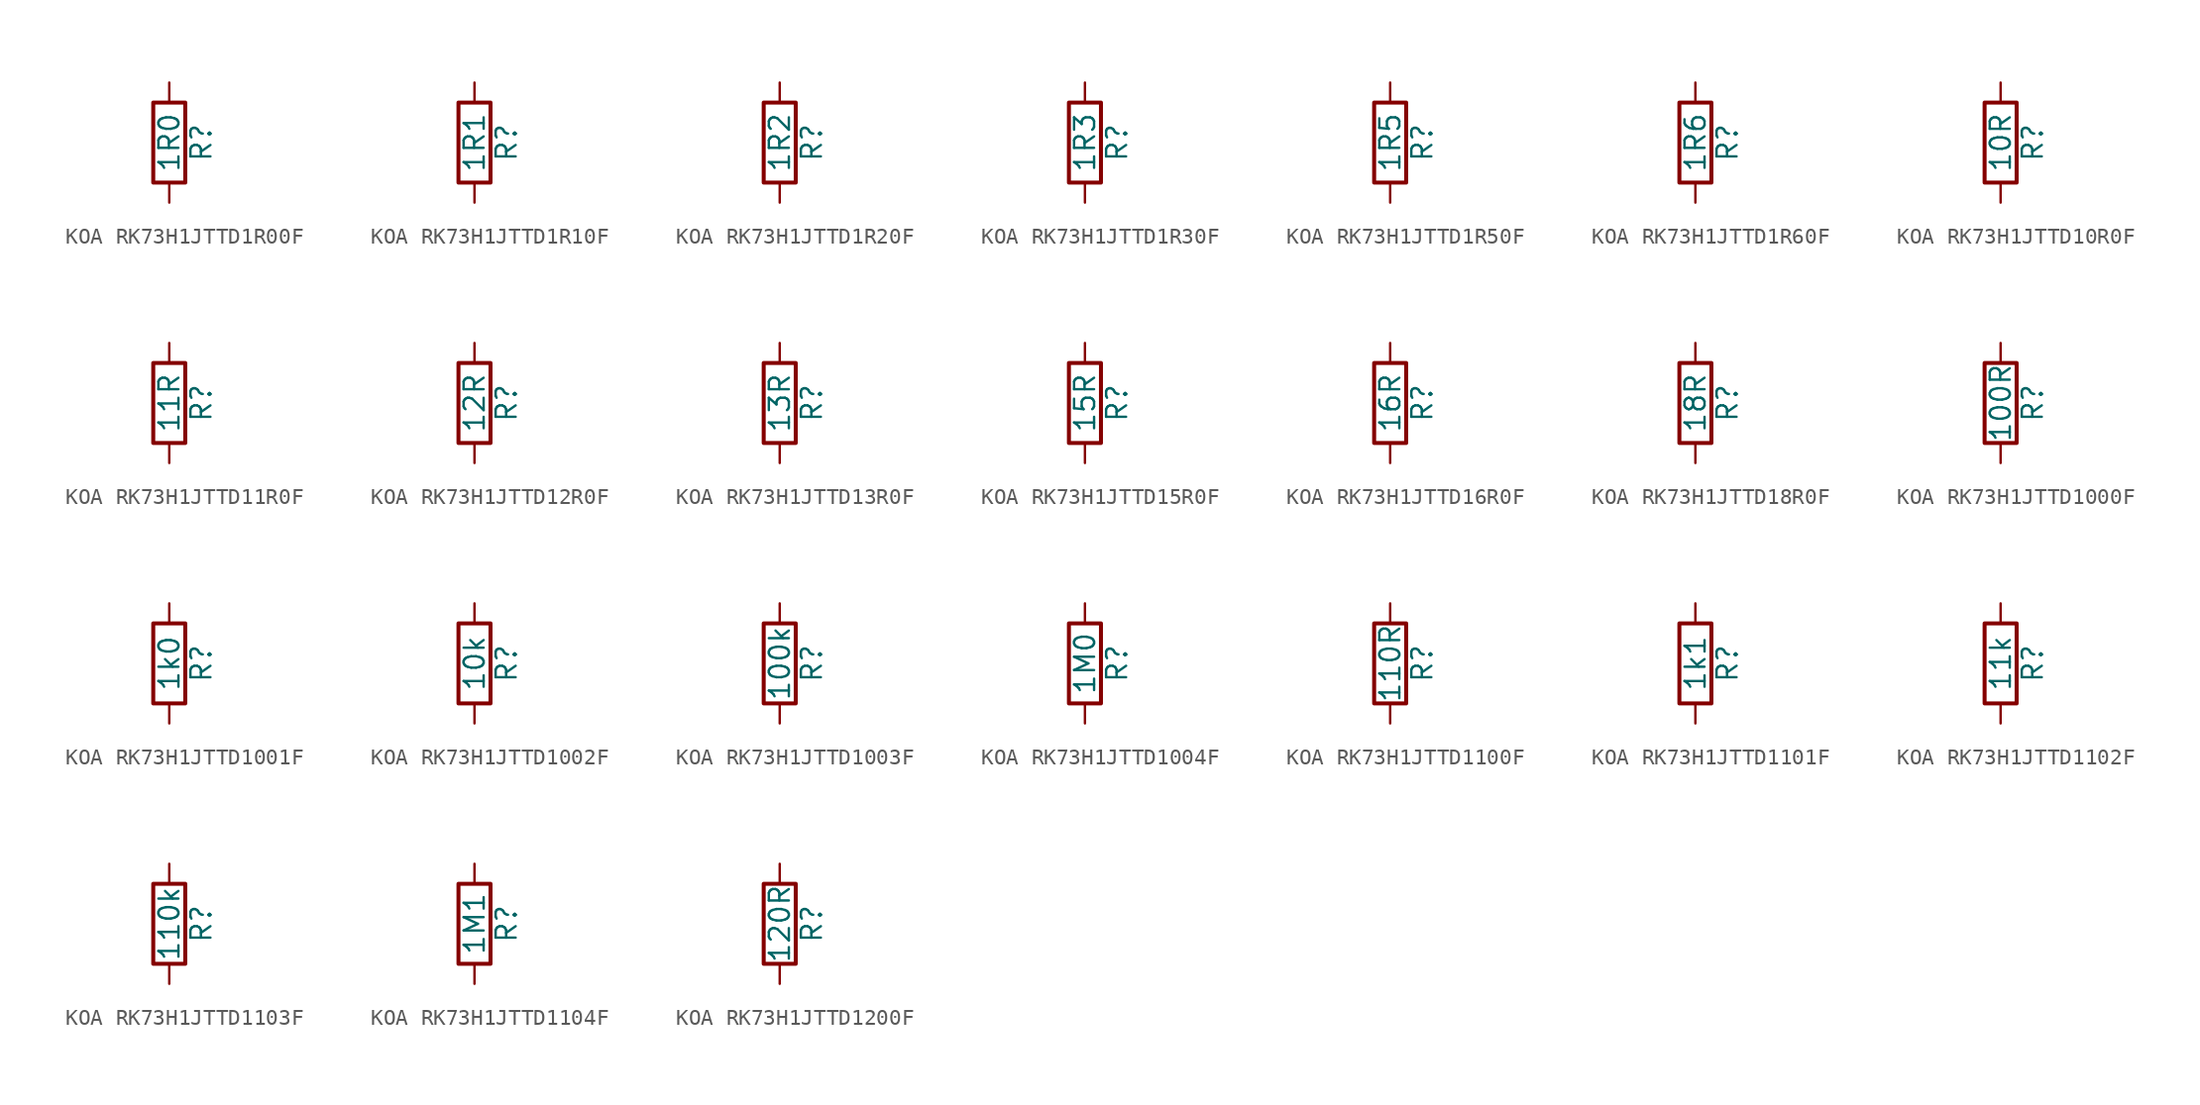
<source format=kicad_sym>
(kicad_symbol_lib
  (version 20220914)
  (generator kicad_symbol_editor)
  (symbol "KOA RK73H1JTTD1R00F"
    (pin_numbers hide)
    (pin_names
      (offset 0))
    (property "Reference" "R"
      (at 2.032 0 90)
      (effects (font (size 1.27 1.27))))
    (property "Value" "1R0"
      (at 0 0 90)
      (effects (font (size 1.27 1.27))))
    (symbol "KOA RK73H1JTTD1R00F_0_1"
      (rectangle (start -1.016 -2.54) (end 1.016 2.54) (stroke (width 0.254) (type default)) (fill (type none))))
    (symbol "KOA RK73H1JTTD1R00F_1_1"
      (pin passive line (at 0 3.81 270) (length 1.27) (name "~" (effects (font (size 1.27 1.27)))) (number "1" (effects (font (size 1.27 1.27)))))
      (pin passive line (at 0 -3.81 90) (length 1.27) (name "~" (effects (font (size 1.27 1.27)))) (number "2" (effects (font (size 1.27 1.27)))))))
  (symbol "KOA RK73H1JTTD1R10F"
    (pin_numbers hide)
    (pin_names
      (offset 0))
    (property "Reference" "R"
      (at 2.032 0 90)
      (effects (font (size 1.27 1.27))))
    (property "Value" "1R1"
      (at 0 0 90)
      (effects (font (size 1.27 1.27))))
    (symbol "KOA RK73H1JTTD1R10F_0_1"
      (rectangle (start -1.016 -2.54) (end 1.016 2.54) (stroke (width 0.254) (type default)) (fill (type none))))
    (symbol "KOA RK73H1JTTD1R10F_1_1"
      (pin passive line (at 0 3.81 270) (length 1.27) (name "~" (effects (font (size 1.27 1.27)))) (number "1" (effects (font (size 1.27 1.27)))))
      (pin passive line (at 0 -3.81 90) (length 1.27) (name "~" (effects (font (size 1.27 1.27)))) (number "2" (effects (font (size 1.27 1.27)))))))
  (symbol "KOA RK73H1JTTD1R20F"
    (pin_numbers hide)
    (pin_names
      (offset 0))
    (property "Reference" "R"
      (at 2.032 0 90)
      (effects (font (size 1.27 1.27))))
    (property "Value" "1R2"
      (at 0 0 90)
      (effects (font (size 1.27 1.27))))
    (symbol "KOA RK73H1JTTD1R20F_0_1"
      (rectangle (start -1.016 -2.54) (end 1.016 2.54) (stroke (width 0.254) (type default)) (fill (type none))))
    (symbol "KOA RK73H1JTTD1R20F_1_1"
      (pin passive line (at 0 3.81 270) (length 1.27) (name "~" (effects (font (size 1.27 1.27)))) (number "1" (effects (font (size 1.27 1.27)))))
      (pin passive line (at 0 -3.81 90) (length 1.27) (name "~" (effects (font (size 1.27 1.27)))) (number "2" (effects (font (size 1.27 1.27)))))))
  (symbol "KOA RK73H1JTTD1R30F"
    (pin_numbers hide)
    (pin_names
      (offset 0))
    (property "Reference" "R"
      (at 2.032 0 90)
      (effects (font (size 1.27 1.27))))
    (property "Value" "1R3"
      (at 0 0 90)
      (effects (font (size 1.27 1.27))))
    (symbol "KOA RK73H1JTTD1R30F_0_1"
      (rectangle (start -1.016 -2.54) (end 1.016 2.54) (stroke (width 0.254) (type default)) (fill (type none))))
    (symbol "KOA RK73H1JTTD1R30F_1_1"
      (pin passive line (at 0 3.81 270) (length 1.27) (name "~" (effects (font (size 1.27 1.27)))) (number "1" (effects (font (size 1.27 1.27)))))
      (pin passive line (at 0 -3.81 90) (length 1.27) (name "~" (effects (font (size 1.27 1.27)))) (number "2" (effects (font (size 1.27 1.27)))))))
  (symbol "KOA RK73H1JTTD1R50F"
    (pin_numbers hide)
    (pin_names
      (offset 0))
    (property "Reference" "R"
      (at 2.032 0 90)
      (effects (font (size 1.27 1.27))))
    (property "Value" "1R5"
      (at 0 0 90)
      (effects (font (size 1.27 1.27))))
    (symbol "KOA RK73H1JTTD1R50F_0_1"
      (rectangle (start -1.016 -2.54) (end 1.016 2.54) (stroke (width 0.254) (type default)) (fill (type none))))
    (symbol "KOA RK73H1JTTD1R50F_1_1"
      (pin passive line (at 0 3.81 270) (length 1.27) (name "~" (effects (font (size 1.27 1.27)))) (number "1" (effects (font (size 1.27 1.27)))))
      (pin passive line (at 0 -3.81 90) (length 1.27) (name "~" (effects (font (size 1.27 1.27)))) (number "2" (effects (font (size 1.27 1.27)))))))
  (symbol "KOA RK73H1JTTD1R60F"
    (pin_numbers hide)
    (pin_names
      (offset 0))
    (property "Reference" "R"
      (at 2.032 0 90)
      (effects (font (size 1.27 1.27))))
    (property "Value" "1R6"
      (at 0 0 90)
      (effects (font (size 1.27 1.27))))
    (symbol "KOA RK73H1JTTD1R60F_0_1"
      (rectangle (start -1.016 -2.54) (end 1.016 2.54) (stroke (width 0.254) (type default)) (fill (type none))))
    (symbol "KOA RK73H1JTTD1R60F_1_1"
      (pin passive line (at 0 3.81 270) (length 1.27) (name "~" (effects (font (size 1.27 1.27)))) (number "1" (effects (font (size 1.27 1.27)))))
      (pin passive line (at 0 -3.81 90) (length 1.27) (name "~" (effects (font (size 1.27 1.27)))) (number "2" (effects (font (size 1.27 1.27)))))))
  (symbol "KOA RK73H1JTTD10R0F"
    (pin_numbers hide)
    (pin_names
      (offset 0))
    (property "Reference" "R"
      (at 2.032 0 90)
      (effects (font (size 1.27 1.27))))
    (property "Value" "10R"
      (at 0 0 90)
      (effects (font (size 1.27 1.27))))
    (symbol "KOA RK73H1JTTD10R0F_0_1"
      (rectangle (start -1.016 -2.54) (end 1.016 2.54) (stroke (width 0.254) (type default)) (fill (type none))))
    (symbol "KOA RK73H1JTTD10R0F_1_1"
      (pin passive line (at 0 3.81 270) (length 1.27) (name "~" (effects (font (size 1.27 1.27)))) (number "1" (effects (font (size 1.27 1.27)))))
      (pin passive line (at 0 -3.81 90) (length 1.27) (name "~" (effects (font (size 1.27 1.27)))) (number "2" (effects (font (size 1.27 1.27)))))))
  (symbol "KOA RK73H1JTTD11R0F"
    (pin_numbers hide)
    (pin_names
      (offset 0))
    (property "Reference" "R"
      (at 2.032 0 90)
      (effects (font (size 1.27 1.27))))
    (property "Value" "11R"
      (at 0 0 90)
      (effects (font (size 1.27 1.27))))
    (symbol "KOA RK73H1JTTD11R0F_0_1"
      (rectangle (start -1.016 -2.54) (end 1.016 2.54) (stroke (width 0.254) (type default)) (fill (type none))))
    (symbol "KOA RK73H1JTTD11R0F_1_1"
      (pin passive line (at 0 3.81 270) (length 1.27) (name "~" (effects (font (size 1.27 1.27)))) (number "1" (effects (font (size 1.27 1.27)))))
      (pin passive line (at 0 -3.81 90) (length 1.27) (name "~" (effects (font (size 1.27 1.27)))) (number "2" (effects (font (size 1.27 1.27)))))))
  (symbol "KOA RK73H1JTTD12R0F"
    (pin_numbers hide)
    (pin_names
      (offset 0))
    (property "Reference" "R"
      (at 2.032 0 90)
      (effects (font (size 1.27 1.27))))
    (property "Value" "12R"
      (at 0 0 90)
      (effects (font (size 1.27 1.27))))
    (symbol "KOA RK73H1JTTD12R0F_0_1"
      (rectangle (start -1.016 -2.54) (end 1.016 2.54) (stroke (width 0.254) (type default)) (fill (type none))))
    (symbol "KOA RK73H1JTTD12R0F_1_1"
      (pin passive line (at 0 3.81 270) (length 1.27) (name "~" (effects (font (size 1.27 1.27)))) (number "1" (effects (font (size 1.27 1.27)))))
      (pin passive line (at 0 -3.81 90) (length 1.27) (name "~" (effects (font (size 1.27 1.27)))) (number "2" (effects (font (size 1.27 1.27)))))))
  (symbol "KOA RK73H1JTTD13R0F"
    (pin_numbers hide)
    (pin_names
      (offset 0))
    (property "Reference" "R"
      (at 2.032 0 90)
      (effects (font (size 1.27 1.27))))
    (property "Value" "13R"
      (at 0 0 90)
      (effects (font (size 1.27 1.27))))
    (symbol "KOA RK73H1JTTD13R0F_0_1"
      (rectangle (start -1.016 -2.54) (end 1.016 2.54) (stroke (width 0.254) (type default)) (fill (type none))))
    (symbol "KOA RK73H1JTTD13R0F_1_1"
      (pin passive line (at 0 3.81 270) (length 1.27) (name "~" (effects (font (size 1.27 1.27)))) (number "1" (effects (font (size 1.27 1.27)))))
      (pin passive line (at 0 -3.81 90) (length 1.27) (name "~" (effects (font (size 1.27 1.27)))) (number "2" (effects (font (size 1.27 1.27)))))))
  (symbol "KOA RK73H1JTTD15R0F"
    (pin_numbers hide)
    (pin_names
      (offset 0))
    (property "Reference" "R"
      (at 2.032 0 90)
      (effects (font (size 1.27 1.27))))
    (property "Value" "15R"
      (at 0 0 90)
      (effects (font (size 1.27 1.27))))
    (symbol "KOA RK73H1JTTD15R0F_0_1"
      (rectangle (start -1.016 -2.54) (end 1.016 2.54) (stroke (width 0.254) (type default)) (fill (type none))))
    (symbol "KOA RK73H1JTTD15R0F_1_1"
      (pin passive line (at 0 3.81 270) (length 1.27) (name "~" (effects (font (size 1.27 1.27)))) (number "1" (effects (font (size 1.27 1.27)))))
      (pin passive line (at 0 -3.81 90) (length 1.27) (name "~" (effects (font (size 1.27 1.27)))) (number "2" (effects (font (size 1.27 1.27)))))))
  (symbol "KOA RK73H1JTTD16R0F"
    (pin_numbers hide)
    (pin_names
      (offset 0))
    (property "Reference" "R"
      (at 2.032 0 90)
      (effects (font (size 1.27 1.27))))
    (property "Value" "16R"
      (at 0 0 90)
      (effects (font (size 1.27 1.27))))
    (symbol "KOA RK73H1JTTD16R0F_0_1"
      (rectangle (start -1.016 -2.54) (end 1.016 2.54) (stroke (width 0.254) (type default)) (fill (type none))))
    (symbol "KOA RK73H1JTTD16R0F_1_1"
      (pin passive line (at 0 3.81 270) (length 1.27) (name "~" (effects (font (size 1.27 1.27)))) (number "1" (effects (font (size 1.27 1.27)))))
      (pin passive line (at 0 -3.81 90) (length 1.27) (name "~" (effects (font (size 1.27 1.27)))) (number "2" (effects (font (size 1.27 1.27)))))))
  (symbol "KOA RK73H1JTTD18R0F"
    (pin_numbers hide)
    (pin_names
      (offset 0))
    (property "Reference" "R"
      (at 2.032 0 90)
      (effects (font (size 1.27 1.27))))
    (property "Value" "18R"
      (at 0 0 90)
      (effects (font (size 1.27 1.27))))
    (symbol "KOA RK73H1JTTD18R0F_0_1"
      (rectangle (start -1.016 -2.54) (end 1.016 2.54) (stroke (width 0.254) (type default)) (fill (type none))))
    (symbol "KOA RK73H1JTTD18R0F_1_1"
      (pin passive line (at 0 3.81 270) (length 1.27) (name "~" (effects (font (size 1.27 1.27)))) (number "1" (effects (font (size 1.27 1.27)))))
      (pin passive line (at 0 -3.81 90) (length 1.27) (name "~" (effects (font (size 1.27 1.27)))) (number "2" (effects (font (size 1.27 1.27)))))))
  (symbol "KOA RK73H1JTTD1000F"
    (pin_numbers hide)
    (pin_names
      (offset 0))
    (property "Reference" "R"
      (at 2.032 0 90)
      (effects (font (size 1.27 1.27))))
    (property "Value" "100R"
      (at 0 0 90)
      (effects (font (size 1.27 1.27))))
    (symbol "KOA RK73H1JTTD1000F_0_1"
      (rectangle (start -1.016 -2.54) (end 1.016 2.54) (stroke (width 0.254) (type default)) (fill (type none))))
    (symbol "KOA RK73H1JTTD1000F_1_1"
      (pin passive line (at 0 3.81 270) (length 1.27) (name "~" (effects (font (size 1.27 1.27)))) (number "1" (effects (font (size 1.27 1.27)))))
      (pin passive line (at 0 -3.81 90) (length 1.27) (name "~" (effects (font (size 1.27 1.27)))) (number "2" (effects (font (size 1.27 1.27)))))))
  (symbol "KOA RK73H1JTTD1001F"
    (pin_numbers hide)
    (pin_names
      (offset 0))
    (property "Reference" "R"
      (at 2.032 0 90)
      (effects (font (size 1.27 1.27))))
    (property "Value" "1k0"
      (at 0 0 90)
      (effects (font (size 1.27 1.27))))
    (symbol "KOA RK73H1JTTD1001F_0_1"
      (rectangle (start -1.016 -2.54) (end 1.016 2.54) (stroke (width 0.254) (type default)) (fill (type none))))
    (symbol "KOA RK73H1JTTD1001F_1_1"
      (pin passive line (at 0 3.81 270) (length 1.27) (name "~" (effects (font (size 1.27 1.27)))) (number "1" (effects (font (size 1.27 1.27)))))
      (pin passive line (at 0 -3.81 90) (length 1.27) (name "~" (effects (font (size 1.27 1.27)))) (number "2" (effects (font (size 1.27 1.27)))))))
  (symbol "KOA RK73H1JTTD1002F"
    (pin_numbers hide)
    (pin_names
      (offset 0))
    (property "Reference" "R"
      (at 2.032 0 90)
      (effects (font (size 1.27 1.27))))
    (property "Value" "10k"
      (at 0 0 90)
      (effects (font (size 1.27 1.27))))
    (symbol "KOA RK73H1JTTD1002F_0_1"
      (rectangle (start -1.016 -2.54) (end 1.016 2.54) (stroke (width 0.254) (type default)) (fill (type none))))
    (symbol "KOA RK73H1JTTD1002F_1_1"
      (pin passive line (at 0 3.81 270) (length 1.27) (name "~" (effects (font (size 1.27 1.27)))) (number "1" (effects (font (size 1.27 1.27)))))
      (pin passive line (at 0 -3.81 90) (length 1.27) (name "~" (effects (font (size 1.27 1.27)))) (number "2" (effects (font (size 1.27 1.27)))))))
  (symbol "KOA RK73H1JTTD1003F"
    (pin_numbers hide)
    (pin_names
      (offset 0))
    (property "Reference" "R"
      (at 2.032 0 90)
      (effects (font (size 1.27 1.27))))
    (property "Value" "100k"
      (at 0 0 90)
      (effects (font (size 1.27 1.27))))
    (symbol "KOA RK73H1JTTD1003F_0_1"
      (rectangle (start -1.016 -2.54) (end 1.016 2.54) (stroke (width 0.254) (type default)) (fill (type none))))
    (symbol "KOA RK73H1JTTD1003F_1_1"
      (pin passive line (at 0 3.81 270) (length 1.27) (name "~" (effects (font (size 1.27 1.27)))) (number "1" (effects (font (size 1.27 1.27)))))
      (pin passive line (at 0 -3.81 90) (length 1.27) (name "~" (effects (font (size 1.27 1.27)))) (number "2" (effects (font (size 1.27 1.27)))))))
  (symbol "KOA RK73H1JTTD1004F"
    (pin_numbers hide)
    (pin_names
      (offset 0))
    (property "Reference" "R"
      (at 2.032 0 90)
      (effects (font (size 1.27 1.27))))
    (property "Value" "1M0"
      (at 0 0 90)
      (effects (font (size 1.27 1.27))))
    (symbol "KOA RK73H1JTTD1004F_0_1"
      (rectangle (start -1.016 -2.54) (end 1.016 2.54) (stroke (width 0.254) (type default)) (fill (type none))))
    (symbol "KOA RK73H1JTTD1004F_1_1"
      (pin passive line (at 0 3.81 270) (length 1.27) (name "~" (effects (font (size 1.27 1.27)))) (number "1" (effects (font (size 1.27 1.27)))))
      (pin passive line (at 0 -3.81 90) (length 1.27) (name "~" (effects (font (size 1.27 1.27)))) (number "2" (effects (font (size 1.27 1.27)))))))
  (symbol "KOA RK73H1JTTD1100F"
    (pin_numbers hide)
    (pin_names
      (offset 0))
    (property "Reference" "R"
      (at 2.032 0 90)
      (effects (font (size 1.27 1.27))))
    (property "Value" "110R"
      (at 0 0 90)
      (effects (font (size 1.27 1.27))))
    (symbol "KOA RK73H1JTTD1100F_0_1"
      (rectangle (start -1.016 -2.54) (end 1.016 2.54) (stroke (width 0.254) (type default)) (fill (type none))))
    (symbol "KOA RK73H1JTTD1100F_1_1"
      (pin passive line (at 0 3.81 270) (length 1.27) (name "~" (effects (font (size 1.27 1.27)))) (number "1" (effects (font (size 1.27 1.27)))))
      (pin passive line (at 0 -3.81 90) (length 1.27) (name "~" (effects (font (size 1.27 1.27)))) (number "2" (effects (font (size 1.27 1.27)))))))
  (symbol "KOA RK73H1JTTD1101F"
    (pin_numbers hide)
    (pin_names
      (offset 0))
    (property "Reference" "R"
      (at 2.032 0 90)
      (effects (font (size 1.27 1.27))))
    (property "Value" "1k1"
      (at 0 0 90)
      (effects (font (size 1.27 1.27))))
    (symbol "KOA RK73H1JTTD1101F_0_1"
      (rectangle (start -1.016 -2.54) (end 1.016 2.54) (stroke (width 0.254) (type default)) (fill (type none))))
    (symbol "KOA RK73H1JTTD1101F_1_1"
      (pin passive line (at 0 3.81 270) (length 1.27) (name "~" (effects (font (size 1.27 1.27)))) (number "1" (effects (font (size 1.27 1.27)))))
      (pin passive line (at 0 -3.81 90) (length 1.27) (name "~" (effects (font (size 1.27 1.27)))) (number "2" (effects (font (size 1.27 1.27)))))))
  (symbol "KOA RK73H1JTTD1102F"
    (pin_numbers hide)
    (pin_names
      (offset 0))
    (property "Reference" "R"
      (at 2.032 0 90)
      (effects (font (size 1.27 1.27))))
    (property "Value" "11k"
      (at 0 0 90)
      (effects (font (size 1.27 1.27))))
    (symbol "KOA RK73H1JTTD1102F_0_1"
      (rectangle (start -1.016 -2.54) (end 1.016 2.54) (stroke (width 0.254) (type default)) (fill (type none))))
    (symbol "KOA RK73H1JTTD1102F_1_1"
      (pin passive line (at 0 3.81 270) (length 1.27) (name "~" (effects (font (size 1.27 1.27)))) (number "1" (effects (font (size 1.27 1.27)))))
      (pin passive line (at 0 -3.81 90) (length 1.27) (name "~" (effects (font (size 1.27 1.27)))) (number "2" (effects (font (size 1.27 1.27)))))))
  (symbol "KOA RK73H1JTTD1103F"
    (pin_numbers hide)
    (pin_names
      (offset 0))
    (property "Reference" "R"
      (at 2.032 0 90)
      (effects (font (size 1.27 1.27))))
    (property "Value" "110k"
      (at 0 0 90)
      (effects (font (size 1.27 1.27))))
    (symbol "KOA RK73H1JTTD1103F_0_1"
      (rectangle (start -1.016 -2.54) (end 1.016 2.54) (stroke (width 0.254) (type default)) (fill (type none))))
    (symbol "KOA RK73H1JTTD1103F_1_1"
      (pin passive line (at 0 3.81 270) (length 1.27) (name "~" (effects (font (size 1.27 1.27)))) (number "1" (effects (font (size 1.27 1.27)))))
      (pin passive line (at 0 -3.81 90) (length 1.27) (name "~" (effects (font (size 1.27 1.27)))) (number "2" (effects (font (size 1.27 1.27)))))))
  (symbol "KOA RK73H1JTTD1104F"
    (pin_numbers hide)
    (pin_names
      (offset 0))
    (property "Reference" "R"
      (at 2.032 0 90)
      (effects (font (size 1.27 1.27))))
    (property "Value" "1M1"
      (at 0 0 90)
      (effects (font (size 1.27 1.27))))
    (symbol "KOA RK73H1JTTD1104F_0_1"
      (rectangle (start -1.016 -2.54) (end 1.016 2.54) (stroke (width 0.254) (type default)) (fill (type none))))
    (symbol "KOA RK73H1JTTD1104F_1_1"
      (pin passive line (at 0 3.81 270) (length 1.27) (name "~" (effects (font (size 1.27 1.27)))) (number "1" (effects (font (size 1.27 1.27)))))
      (pin passive line (at 0 -3.81 90) (length 1.27) (name "~" (effects (font (size 1.27 1.27)))) (number "2" (effects (font (size 1.27 1.27)))))))
  (symbol "KOA RK73H1JTTD1200F"
    (pin_numbers hide)
    (pin_names
      (offset 0))
    (property "Reference" "R"
      (at 2.032 0 90)
      (effects (font (size 1.27 1.27))))
    (property "Value" "120R"
      (at 0 0 90)
      (effects (font (size 1.27 1.27))))
    (symbol "KOA RK73H1JTTD1200F_0_1"
      (rectangle (start -1.016 -2.54) (end 1.016 2.54) (stroke (width 0.254) (type default)) (fill (type none))))
    (symbol "KOA RK73H1JTTD1200F_1_1"
      (pin passive line (at 0 3.81 270) (length 1.27) (name "~" (effects (font (size 1.27 1.27)))) (number "1" (effects (font (size 1.27 1.27)))))
      (pin passive line (at 0 -3.81 90) (length 1.27) (name "~" (effects (font (size 1.27 1.27)))) (number "2" (effects (font (size 1.27 1.27))))))))
</source>
